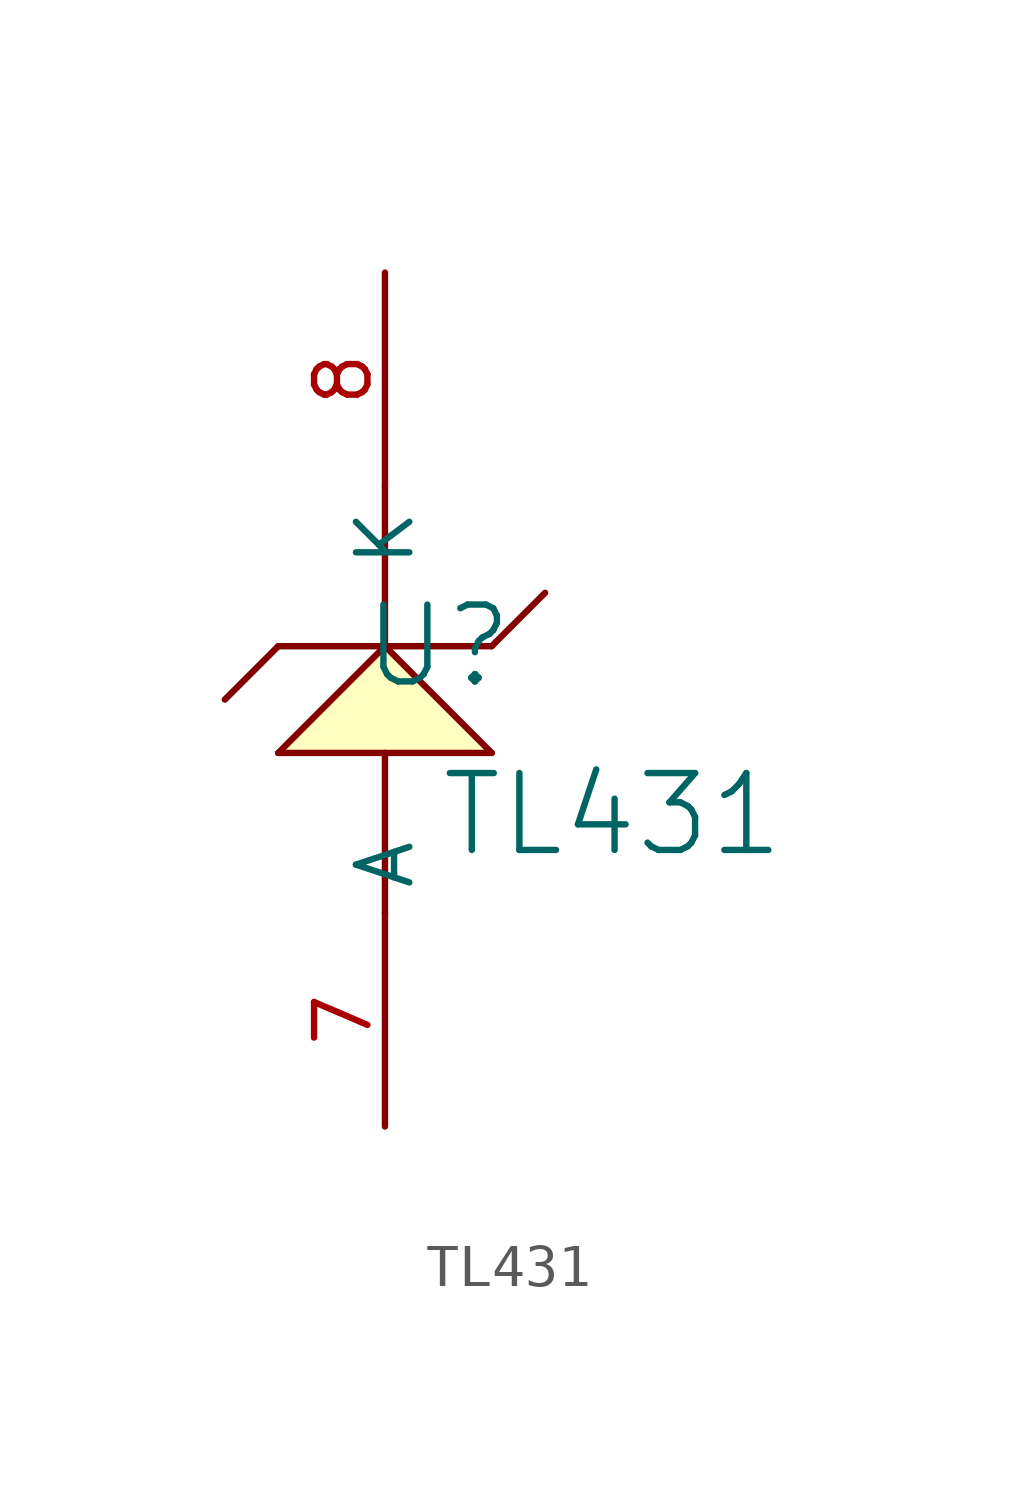
<source format=kicad_sym>
(kicad_symbol_lib
  (version 20241209)
  (generator "kicad_symbol_editor")
  (generator_version "9.0")
  (symbol "TL431"
    (property "Reference" "U"
      (at -1.27 1.27 0)
      (effects (font (size 1.829 1.829))))
    (property "Value" "TL431"
      (at -1.27 -3.81 0)
      (effects (font (size 1.829 1.829)) (justify left bottom)))
    (symbol "TL431_1_0"
      (polyline (pts (xy -5.08 1.27) (xy -6.35 0)) (stroke (width 0) (type solid)) (fill (type none)))
      (polyline (pts (xy -5.08 1.27) (xy 0 1.27)) (stroke (width 0) (type solid)) (fill (type none)))
      (polyline (pts (xy -5.08 -1.27) (xy 0 -1.27)) (stroke (width 0) (type solid)) (fill (type none)))
      (polyline (pts (xy -5.08 -1.27) (xy -2.54 1.27) (xy 0 -1.27) (xy -5.08 -1.27)) (stroke (width 0.025) (type solid)) (fill (type background)))
      (polyline (pts (xy -2.54 1.27) (xy -5.08 -1.27)) (stroke (width 0) (type solid)) (fill (type none)))
      (polyline (pts (xy -2.54 1.27) (xy -2.54 5.08)) (stroke (width 0) (type solid)) (fill (type none)))
      (polyline (pts (xy -2.54 1.27) (xy 0 -1.27)) (stroke (width 0) (type solid)) (fill (type none)))
      (polyline (pts (xy -2.54 -5.08) (xy -2.54 -1.27)) (stroke (width 0) (type solid)) (fill (type none)))
      (polyline (pts (xy 1.27 2.54) (xy 0 1.27)) (stroke (width 0) (type solid)) (fill (type none)))
      (pin passive line (at -2.54 10.16 270) (length 5.08) (name "K" (effects (font (size 1.27 1.27)))) (number "8" (effects (font (size 1.27 1.27)))))
      (pin passive line (at -2.54 -10.16 90) (length 5.08) (name "A" (effects (font (size 1.27 1.27)))) (number "7" (effects (font (size 1.27 1.27))))))))
</source>
